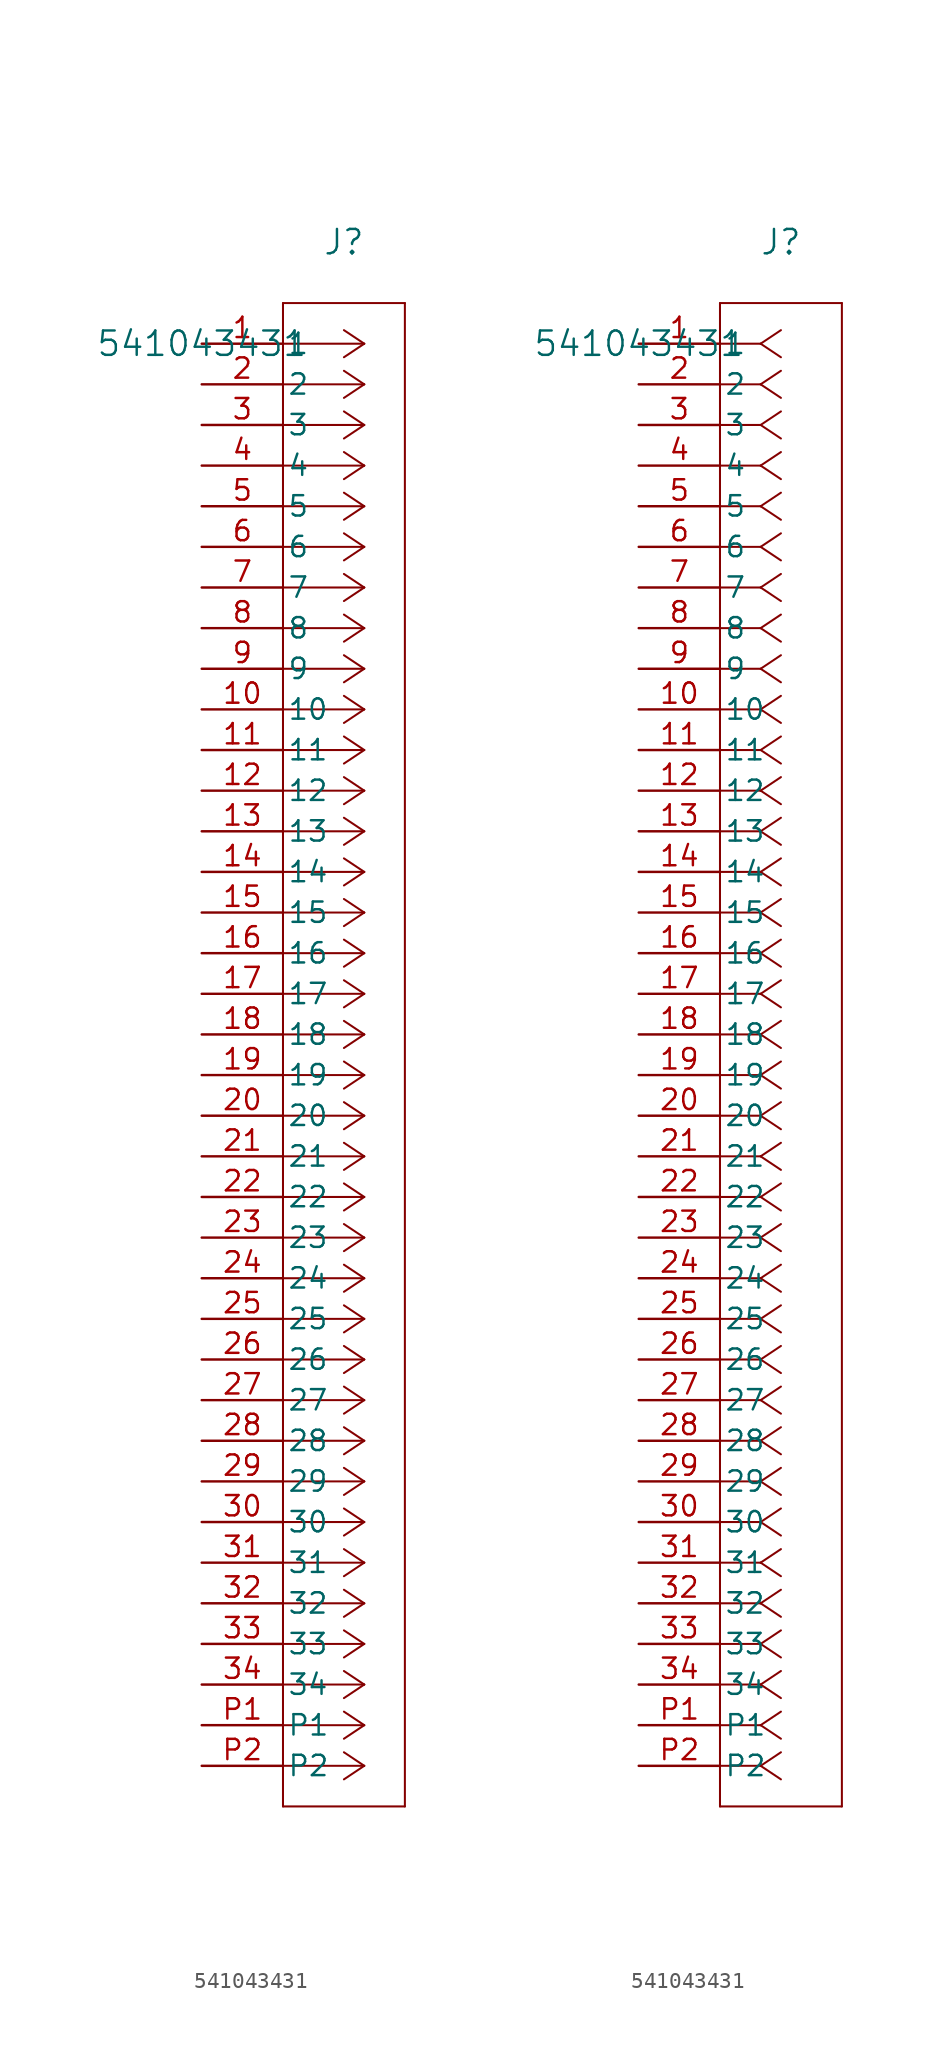
<source format=kicad_sym>
(kicad_symbol_lib
  (version 20211014)
  (generator kicad_symbol_editor)
  (symbol "541043431"
    (pin_names
      (offset 0.254))
    (property "Reference" "J"
      (at 8.89 6.35 0)
      (effects (font (size 1.524 1.524))))
    (property "Value" "541043431"
      (at 0 0 0)
      (effects (font (size 1.524 1.524))))
    (symbol "541043431_1_1"
      (polyline (pts (xy 10.16 0) (xy 5.08 0)) (stroke (width 0.127) (type default) (color 0 0 0 0)) (fill (type none)))
      (polyline (pts (xy 10.16 -2.54) (xy 5.08 -2.54)) (stroke (width 0.127) (type default) (color 0 0 0 0)) (fill (type none)))
      (polyline (pts (xy 10.16 -5.08) (xy 5.08 -5.08)) (stroke (width 0.127) (type default) (color 0 0 0 0)) (fill (type none)))
      (polyline (pts (xy 10.16 -7.62) (xy 5.08 -7.62)) (stroke (width 0.127) (type default) (color 0 0 0 0)) (fill (type none)))
      (polyline (pts (xy 10.16 -10.16) (xy 5.08 -10.16)) (stroke (width 0.127) (type default) (color 0 0 0 0)) (fill (type none)))
      (polyline (pts (xy 10.16 -12.7) (xy 5.08 -12.7)) (stroke (width 0.127) (type default) (color 0 0 0 0)) (fill (type none)))
      (polyline (pts (xy 10.16 -15.24) (xy 5.08 -15.24)) (stroke (width 0.127) (type default) (color 0 0 0 0)) (fill (type none)))
      (polyline (pts (xy 10.16 -17.78) (xy 5.08 -17.78)) (stroke (width 0.127) (type default) (color 0 0 0 0)) (fill (type none)))
      (polyline (pts (xy 10.16 -20.32) (xy 5.08 -20.32)) (stroke (width 0.127) (type default) (color 0 0 0 0)) (fill (type none)))
      (polyline (pts (xy 10.16 -22.86) (xy 5.08 -22.86)) (stroke (width 0.127) (type default) (color 0 0 0 0)) (fill (type none)))
      (polyline (pts (xy 10.16 -25.4) (xy 5.08 -25.4)) (stroke (width 0.127) (type default) (color 0 0 0 0)) (fill (type none)))
      (polyline (pts (xy 10.16 -27.94) (xy 5.08 -27.94)) (stroke (width 0.127) (type default) (color 0 0 0 0)) (fill (type none)))
      (polyline (pts (xy 10.16 -30.48) (xy 5.08 -30.48)) (stroke (width 0.127) (type default) (color 0 0 0 0)) (fill (type none)))
      (polyline (pts (xy 10.16 -33.02) (xy 5.08 -33.02)) (stroke (width 0.127) (type default) (color 0 0 0 0)) (fill (type none)))
      (polyline (pts (xy 10.16 -35.56) (xy 5.08 -35.56)) (stroke (width 0.127) (type default) (color 0 0 0 0)) (fill (type none)))
      (polyline (pts (xy 10.16 -38.1) (xy 5.08 -38.1)) (stroke (width 0.127) (type default) (color 0 0 0 0)) (fill (type none)))
      (polyline (pts (xy 10.16 -40.64) (xy 5.08 -40.64)) (stroke (width 0.127) (type default) (color 0 0 0 0)) (fill (type none)))
      (polyline (pts (xy 10.16 -43.18) (xy 5.08 -43.18)) (stroke (width 0.127) (type default) (color 0 0 0 0)) (fill (type none)))
      (polyline (pts (xy 10.16 -45.72) (xy 5.08 -45.72)) (stroke (width 0.127) (type default) (color 0 0 0 0)) (fill (type none)))
      (polyline (pts (xy 10.16 -48.26) (xy 5.08 -48.26)) (stroke (width 0.127) (type default) (color 0 0 0 0)) (fill (type none)))
      (polyline (pts (xy 10.16 -50.8) (xy 5.08 -50.8)) (stroke (width 0.127) (type default) (color 0 0 0 0)) (fill (type none)))
      (polyline (pts (xy 10.16 -53.34) (xy 5.08 -53.34)) (stroke (width 0.127) (type default) (color 0 0 0 0)) (fill (type none)))
      (polyline (pts (xy 10.16 -55.88) (xy 5.08 -55.88)) (stroke (width 0.127) (type default) (color 0 0 0 0)) (fill (type none)))
      (polyline (pts (xy 10.16 -58.42) (xy 5.08 -58.42)) (stroke (width 0.127) (type default) (color 0 0 0 0)) (fill (type none)))
      (polyline (pts (xy 10.16 -60.96) (xy 5.08 -60.96)) (stroke (width 0.127) (type default) (color 0 0 0 0)) (fill (type none)))
      (polyline (pts (xy 10.16 -63.5) (xy 5.08 -63.5)) (stroke (width 0.127) (type default) (color 0 0 0 0)) (fill (type none)))
      (polyline (pts (xy 10.16 -66.04) (xy 5.08 -66.04)) (stroke (width 0.127) (type default) (color 0 0 0 0)) (fill (type none)))
      (polyline (pts (xy 10.16 -68.58) (xy 5.08 -68.58)) (stroke (width 0.127) (type default) (color 0 0 0 0)) (fill (type none)))
      (polyline (pts (xy 10.16 -71.12) (xy 5.08 -71.12)) (stroke (width 0.127) (type default) (color 0 0 0 0)) (fill (type none)))
      (polyline (pts (xy 10.16 -73.66) (xy 5.08 -73.66)) (stroke (width 0.127) (type default) (color 0 0 0 0)) (fill (type none)))
      (polyline (pts (xy 10.16 -76.2) (xy 5.08 -76.2)) (stroke (width 0.127) (type default) (color 0 0 0 0)) (fill (type none)))
      (polyline (pts (xy 10.16 -78.74) (xy 5.08 -78.74)) (stroke (width 0.127) (type default) (color 0 0 0 0)) (fill (type none)))
      (polyline (pts (xy 10.16 -81.28) (xy 5.08 -81.28)) (stroke (width 0.127) (type default) (color 0 0 0 0)) (fill (type none)))
      (polyline (pts (xy 10.16 -83.82) (xy 5.08 -83.82)) (stroke (width 0.127) (type default) (color 0 0 0 0)) (fill (type none)))
      (polyline (pts (xy 10.16 -86.36) (xy 5.08 -86.36)) (stroke (width 0.127) (type default) (color 0 0 0 0)) (fill (type none)))
      (polyline (pts (xy 10.16 -88.9) (xy 5.08 -88.9)) (stroke (width 0.127) (type default) (color 0 0 0 0)) (fill (type none)))
      (polyline (pts (xy 10.16 0) (xy 8.89 0.847)) (stroke (width 0.127) (type default) (color 0 0 0 0)) (fill (type none)))
      (polyline (pts (xy 10.16 -2.54) (xy 8.89 -1.693)) (stroke (width 0.127) (type default) (color 0 0 0 0)) (fill (type none)))
      (polyline (pts (xy 10.16 -5.08) (xy 8.89 -4.233)) (stroke (width 0.127) (type default) (color 0 0 0 0)) (fill (type none)))
      (polyline (pts (xy 10.16 -7.62) (xy 8.89 -6.773)) (stroke (width 0.127) (type default) (color 0 0 0 0)) (fill (type none)))
      (polyline (pts (xy 10.16 -10.16) (xy 8.89 -9.313)) (stroke (width 0.127) (type default) (color 0 0 0 0)) (fill (type none)))
      (polyline (pts (xy 10.16 -12.7) (xy 8.89 -11.853)) (stroke (width 0.127) (type default) (color 0 0 0 0)) (fill (type none)))
      (polyline (pts (xy 10.16 -15.24) (xy 8.89 -14.393)) (stroke (width 0.127) (type default) (color 0 0 0 0)) (fill (type none)))
      (polyline (pts (xy 10.16 -17.78) (xy 8.89 -16.933)) (stroke (width 0.127) (type default) (color 0 0 0 0)) (fill (type none)))
      (polyline (pts (xy 10.16 -20.32) (xy 8.89 -19.473)) (stroke (width 0.127) (type default) (color 0 0 0 0)) (fill (type none)))
      (polyline (pts (xy 10.16 -22.86) (xy 8.89 -22.013)) (stroke (width 0.127) (type default) (color 0 0 0 0)) (fill (type none)))
      (polyline (pts (xy 10.16 -25.4) (xy 8.89 -24.553)) (stroke (width 0.127) (type default) (color 0 0 0 0)) (fill (type none)))
      (polyline (pts (xy 10.16 -27.94) (xy 8.89 -27.093)) (stroke (width 0.127) (type default) (color 0 0 0 0)) (fill (type none)))
      (polyline (pts (xy 10.16 -30.48) (xy 8.89 -29.633)) (stroke (width 0.127) (type default) (color 0 0 0 0)) (fill (type none)))
      (polyline (pts (xy 10.16 -33.02) (xy 8.89 -32.173)) (stroke (width 0.127) (type default) (color 0 0 0 0)) (fill (type none)))
      (polyline (pts (xy 10.16 -35.56) (xy 8.89 -34.713)) (stroke (width 0.127) (type default) (color 0 0 0 0)) (fill (type none)))
      (polyline (pts (xy 10.16 -38.1) (xy 8.89 -37.253)) (stroke (width 0.127) (type default) (color 0 0 0 0)) (fill (type none)))
      (polyline (pts (xy 10.16 -40.64) (xy 8.89 -39.793)) (stroke (width 0.127) (type default) (color 0 0 0 0)) (fill (type none)))
      (polyline (pts (xy 10.16 -43.18) (xy 8.89 -42.333)) (stroke (width 0.127) (type default) (color 0 0 0 0)) (fill (type none)))
      (polyline (pts (xy 10.16 -45.72) (xy 8.89 -44.873)) (stroke (width 0.127) (type default) (color 0 0 0 0)) (fill (type none)))
      (polyline (pts (xy 10.16 -48.26) (xy 8.89 -47.413)) (stroke (width 0.127) (type default) (color 0 0 0 0)) (fill (type none)))
      (polyline (pts (xy 10.16 -50.8) (xy 8.89 -49.953)) (stroke (width 0.127) (type default) (color 0 0 0 0)) (fill (type none)))
      (polyline (pts (xy 10.16 -53.34) (xy 8.89 -52.493)) (stroke (width 0.127) (type default) (color 0 0 0 0)) (fill (type none)))
      (polyline (pts (xy 10.16 -55.88) (xy 8.89 -55.033)) (stroke (width 0.127) (type default) (color 0 0 0 0)) (fill (type none)))
      (polyline (pts (xy 10.16 -58.42) (xy 8.89 -57.573)) (stroke (width 0.127) (type default) (color 0 0 0 0)) (fill (type none)))
      (polyline (pts (xy 10.16 -60.96) (xy 8.89 -60.113)) (stroke (width 0.127) (type default) (color 0 0 0 0)) (fill (type none)))
      (polyline (pts (xy 10.16 -63.5) (xy 8.89 -62.653)) (stroke (width 0.127) (type default) (color 0 0 0 0)) (fill (type none)))
      (polyline (pts (xy 10.16 -66.04) (xy 8.89 -65.193)) (stroke (width 0.127) (type default) (color 0 0 0 0)) (fill (type none)))
      (polyline (pts (xy 10.16 -68.58) (xy 8.89 -67.733)) (stroke (width 0.127) (type default) (color 0 0 0 0)) (fill (type none)))
      (polyline (pts (xy 10.16 -71.12) (xy 8.89 -70.273)) (stroke (width 0.127) (type default) (color 0 0 0 0)) (fill (type none)))
      (polyline (pts (xy 10.16 -73.66) (xy 8.89 -72.813)) (stroke (width 0.127) (type default) (color 0 0 0 0)) (fill (type none)))
      (polyline (pts (xy 10.16 -76.2) (xy 8.89 -75.353)) (stroke (width 0.127) (type default) (color 0 0 0 0)) (fill (type none)))
      (polyline (pts (xy 10.16 -78.74) (xy 8.89 -77.893)) (stroke (width 0.127) (type default) (color 0 0 0 0)) (fill (type none)))
      (polyline (pts (xy 10.16 -81.28) (xy 8.89 -80.433)) (stroke (width 0.127) (type default) (color 0 0 0 0)) (fill (type none)))
      (polyline (pts (xy 10.16 -83.82) (xy 8.89 -82.973)) (stroke (width 0.127) (type default) (color 0 0 0 0)) (fill (type none)))
      (polyline (pts (xy 10.16 -86.36) (xy 8.89 -85.513)) (stroke (width 0.127) (type default) (color 0 0 0 0)) (fill (type none)))
      (polyline (pts (xy 10.16 -88.9) (xy 8.89 -88.053)) (stroke (width 0.127) (type default) (color 0 0 0 0)) (fill (type none)))
      (polyline (pts (xy 10.16 0) (xy 8.89 -0.847)) (stroke (width 0.127) (type default) (color 0 0 0 0)) (fill (type none)))
      (polyline (pts (xy 10.16 -2.54) (xy 8.89 -3.387)) (stroke (width 0.127) (type default) (color 0 0 0 0)) (fill (type none)))
      (polyline (pts (xy 10.16 -5.08) (xy 8.89 -5.927)) (stroke (width 0.127) (type default) (color 0 0 0 0)) (fill (type none)))
      (polyline (pts (xy 10.16 -7.62) (xy 8.89 -8.467)) (stroke (width 0.127) (type default) (color 0 0 0 0)) (fill (type none)))
      (polyline (pts (xy 10.16 -10.16) (xy 8.89 -11.007)) (stroke (width 0.127) (type default) (color 0 0 0 0)) (fill (type none)))
      (polyline (pts (xy 10.16 -12.7) (xy 8.89 -13.547)) (stroke (width 0.127) (type default) (color 0 0 0 0)) (fill (type none)))
      (polyline (pts (xy 10.16 -15.24) (xy 8.89 -16.087)) (stroke (width 0.127) (type default) (color 0 0 0 0)) (fill (type none)))
      (polyline (pts (xy 10.16 -17.78) (xy 8.89 -18.627)) (stroke (width 0.127) (type default) (color 0 0 0 0)) (fill (type none)))
      (polyline (pts (xy 10.16 -20.32) (xy 8.89 -21.167)) (stroke (width 0.127) (type default) (color 0 0 0 0)) (fill (type none)))
      (polyline (pts (xy 10.16 -22.86) (xy 8.89 -23.707)) (stroke (width 0.127) (type default) (color 0 0 0 0)) (fill (type none)))
      (polyline (pts (xy 10.16 -25.4) (xy 8.89 -26.247)) (stroke (width 0.127) (type default) (color 0 0 0 0)) (fill (type none)))
      (polyline (pts (xy 10.16 -27.94) (xy 8.89 -28.787)) (stroke (width 0.127) (type default) (color 0 0 0 0)) (fill (type none)))
      (polyline (pts (xy 10.16 -30.48) (xy 8.89 -31.327)) (stroke (width 0.127) (type default) (color 0 0 0 0)) (fill (type none)))
      (polyline (pts (xy 10.16 -33.02) (xy 8.89 -33.867)) (stroke (width 0.127) (type default) (color 0 0 0 0)) (fill (type none)))
      (polyline (pts (xy 10.16 -35.56) (xy 8.89 -36.407)) (stroke (width 0.127) (type default) (color 0 0 0 0)) (fill (type none)))
      (polyline (pts (xy 10.16 -38.1) (xy 8.89 -38.947)) (stroke (width 0.127) (type default) (color 0 0 0 0)) (fill (type none)))
      (polyline (pts (xy 10.16 -40.64) (xy 8.89 -41.487)) (stroke (width 0.127) (type default) (color 0 0 0 0)) (fill (type none)))
      (polyline (pts (xy 10.16 -43.18) (xy 8.89 -44.027)) (stroke (width 0.127) (type default) (color 0 0 0 0)) (fill (type none)))
      (polyline (pts (xy 10.16 -45.72) (xy 8.89 -46.567)) (stroke (width 0.127) (type default) (color 0 0 0 0)) (fill (type none)))
      (polyline (pts (xy 10.16 -48.26) (xy 8.89 -49.107)) (stroke (width 0.127) (type default) (color 0 0 0 0)) (fill (type none)))
      (polyline (pts (xy 10.16 -50.8) (xy 8.89 -51.647)) (stroke (width 0.127) (type default) (color 0 0 0 0)) (fill (type none)))
      (polyline (pts (xy 10.16 -53.34) (xy 8.89 -54.187)) (stroke (width 0.127) (type default) (color 0 0 0 0)) (fill (type none)))
      (polyline (pts (xy 10.16 -55.88) (xy 8.89 -56.727)) (stroke (width 0.127) (type default) (color 0 0 0 0)) (fill (type none)))
      (polyline (pts (xy 10.16 -58.42) (xy 8.89 -59.267)) (stroke (width 0.127) (type default) (color 0 0 0 0)) (fill (type none)))
      (polyline (pts (xy 10.16 -60.96) (xy 8.89 -61.807)) (stroke (width 0.127) (type default) (color 0 0 0 0)) (fill (type none)))
      (polyline (pts (xy 10.16 -63.5) (xy 8.89 -64.347)) (stroke (width 0.127) (type default) (color 0 0 0 0)) (fill (type none)))
      (polyline (pts (xy 10.16 -66.04) (xy 8.89 -66.887)) (stroke (width 0.127) (type default) (color 0 0 0 0)) (fill (type none)))
      (polyline (pts (xy 10.16 -68.58) (xy 8.89 -69.427)) (stroke (width 0.127) (type default) (color 0 0 0 0)) (fill (type none)))
      (polyline (pts (xy 10.16 -71.12) (xy 8.89 -71.967)) (stroke (width 0.127) (type default) (color 0 0 0 0)) (fill (type none)))
      (polyline (pts (xy 10.16 -73.66) (xy 8.89 -74.507)) (stroke (width 0.127) (type default) (color 0 0 0 0)) (fill (type none)))
      (polyline (pts (xy 10.16 -76.2) (xy 8.89 -77.047)) (stroke (width 0.127) (type default) (color 0 0 0 0)) (fill (type none)))
      (polyline (pts (xy 10.16 -78.74) (xy 8.89 -79.587)) (stroke (width 0.127) (type default) (color 0 0 0 0)) (fill (type none)))
      (polyline (pts (xy 10.16 -81.28) (xy 8.89 -82.127)) (stroke (width 0.127) (type default) (color 0 0 0 0)) (fill (type none)))
      (polyline (pts (xy 10.16 -83.82) (xy 8.89 -84.667)) (stroke (width 0.127) (type default) (color 0 0 0 0)) (fill (type none)))
      (polyline (pts (xy 10.16 -86.36) (xy 8.89 -87.207)) (stroke (width 0.127) (type default) (color 0 0 0 0)) (fill (type none)))
      (polyline (pts (xy 10.16 -88.9) (xy 8.89 -89.747)) (stroke (width 0.127) (type default) (color 0 0 0 0)) (fill (type none)))
      (polyline (pts (xy 5.08 2.54) (xy 5.08 -91.44)) (stroke (width 0.127) (type default) (color 0 0 0 0)) (fill (type none)))
      (polyline (pts (xy 5.08 -91.44) (xy 12.7 -91.44)) (stroke (width 0.127) (type default) (color 0 0 0 0)) (fill (type none)))
      (polyline (pts (xy 12.7 -91.44) (xy 12.7 2.54)) (stroke (width 0.127) (type default) (color 0 0 0 0)) (fill (type none)))
      (polyline (pts (xy 12.7 2.54) (xy 5.08 2.54)) (stroke (width 0.127) (type default) (color 0 0 0 0)) (fill (type none)))
      (pin unspecified line (at 0 0 0) (length 5.08) (name "1" (effects (font (size 1.27 1.27)))) (number "1" (effects (font (size 1.27 1.27)))))
      (pin unspecified line (at 0 -2.54 0) (length 5.08) (name "2" (effects (font (size 1.27 1.27)))) (number "2" (effects (font (size 1.27 1.27)))))
      (pin unspecified line (at 0 -5.08 0) (length 5.08) (name "3" (effects (font (size 1.27 1.27)))) (number "3" (effects (font (size 1.27 1.27)))))
      (pin unspecified line (at 0 -7.62 0) (length 5.08) (name "4" (effects (font (size 1.27 1.27)))) (number "4" (effects (font (size 1.27 1.27)))))
      (pin unspecified line (at 0 -10.16 0) (length 5.08) (name "5" (effects (font (size 1.27 1.27)))) (number "5" (effects (font (size 1.27 1.27)))))
      (pin unspecified line (at 0 -12.7 0) (length 5.08) (name "6" (effects (font (size 1.27 1.27)))) (number "6" (effects (font (size 1.27 1.27)))))
      (pin unspecified line (at 0 -15.24 0) (length 5.08) (name "7" (effects (font (size 1.27 1.27)))) (number "7" (effects (font (size 1.27 1.27)))))
      (pin unspecified line (at 0 -17.78 0) (length 5.08) (name "8" (effects (font (size 1.27 1.27)))) (number "8" (effects (font (size 1.27 1.27)))))
      (pin unspecified line (at 0 -20.32 0) (length 5.08) (name "9" (effects (font (size 1.27 1.27)))) (number "9" (effects (font (size 1.27 1.27)))))
      (pin unspecified line (at 0 -22.86 0) (length 5.08) (name "10" (effects (font (size 1.27 1.27)))) (number "10" (effects (font (size 1.27 1.27)))))
      (pin unspecified line (at 0 -25.4 0) (length 5.08) (name "11" (effects (font (size 1.27 1.27)))) (number "11" (effects (font (size 1.27 1.27)))))
      (pin unspecified line (at 0 -27.94 0) (length 5.08) (name "12" (effects (font (size 1.27 1.27)))) (number "12" (effects (font (size 1.27 1.27)))))
      (pin unspecified line (at 0 -30.48 0) (length 5.08) (name "13" (effects (font (size 1.27 1.27)))) (number "13" (effects (font (size 1.27 1.27)))))
      (pin unspecified line (at 0 -33.02 0) (length 5.08) (name "14" (effects (font (size 1.27 1.27)))) (number "14" (effects (font (size 1.27 1.27)))))
      (pin unspecified line (at 0 -35.56 0) (length 5.08) (name "15" (effects (font (size 1.27 1.27)))) (number "15" (effects (font (size 1.27 1.27)))))
      (pin unspecified line (at 0 -38.1 0) (length 5.08) (name "16" (effects (font (size 1.27 1.27)))) (number "16" (effects (font (size 1.27 1.27)))))
      (pin unspecified line (at 0 -40.64 0) (length 5.08) (name "17" (effects (font (size 1.27 1.27)))) (number "17" (effects (font (size 1.27 1.27)))))
      (pin unspecified line (at 0 -43.18 0) (length 5.08) (name "18" (effects (font (size 1.27 1.27)))) (number "18" (effects (font (size 1.27 1.27)))))
      (pin unspecified line (at 0 -45.72 0) (length 5.08) (name "19" (effects (font (size 1.27 1.27)))) (number "19" (effects (font (size 1.27 1.27)))))
      (pin unspecified line (at 0 -48.26 0) (length 5.08) (name "20" (effects (font (size 1.27 1.27)))) (number "20" (effects (font (size 1.27 1.27)))))
      (pin unspecified line (at 0 -50.8 0) (length 5.08) (name "21" (effects (font (size 1.27 1.27)))) (number "21" (effects (font (size 1.27 1.27)))))
      (pin unspecified line (at 0 -53.34 0) (length 5.08) (name "22" (effects (font (size 1.27 1.27)))) (number "22" (effects (font (size 1.27 1.27)))))
      (pin unspecified line (at 0 -55.88 0) (length 5.08) (name "23" (effects (font (size 1.27 1.27)))) (number "23" (effects (font (size 1.27 1.27)))))
      (pin unspecified line (at 0 -58.42 0) (length 5.08) (name "24" (effects (font (size 1.27 1.27)))) (number "24" (effects (font (size 1.27 1.27)))))
      (pin unspecified line (at 0 -60.96 0) (length 5.08) (name "25" (effects (font (size 1.27 1.27)))) (number "25" (effects (font (size 1.27 1.27)))))
      (pin unspecified line (at 0 -63.5 0) (length 5.08) (name "26" (effects (font (size 1.27 1.27)))) (number "26" (effects (font (size 1.27 1.27)))))
      (pin unspecified line (at 0 -66.04 0) (length 5.08) (name "27" (effects (font (size 1.27 1.27)))) (number "27" (effects (font (size 1.27 1.27)))))
      (pin unspecified line (at 0 -68.58 0) (length 5.08) (name "28" (effects (font (size 1.27 1.27)))) (number "28" (effects (font (size 1.27 1.27)))))
      (pin unspecified line (at 0 -71.12 0) (length 5.08) (name "29" (effects (font (size 1.27 1.27)))) (number "29" (effects (font (size 1.27 1.27)))))
      (pin unspecified line (at 0 -73.66 0) (length 5.08) (name "30" (effects (font (size 1.27 1.27)))) (number "30" (effects (font (size 1.27 1.27)))))
      (pin unspecified line (at 0 -76.2 0) (length 5.08) (name "31" (effects (font (size 1.27 1.27)))) (number "31" (effects (font (size 1.27 1.27)))))
      (pin unspecified line (at 0 -78.74 0) (length 5.08) (name "32" (effects (font (size 1.27 1.27)))) (number "32" (effects (font (size 1.27 1.27)))))
      (pin unspecified line (at 0 -81.28 0) (length 5.08) (name "33" (effects (font (size 1.27 1.27)))) (number "33" (effects (font (size 1.27 1.27)))))
      (pin unspecified line (at 0 -83.82 0) (length 5.08) (name "34" (effects (font (size 1.27 1.27)))) (number "34" (effects (font (size 1.27 1.27)))))
      (pin unspecified line (at 0 -86.36 0) (length 5.08) (name "P1" (effects (font (size 1.27 1.27)))) (number "P1" (effects (font (size 1.27 1.27)))))
      (pin unspecified line (at 0 -88.9 0) (length 5.08) (name "P2" (effects (font (size 1.27 1.27)))) (number "P2" (effects (font (size 1.27 1.27))))))
    (symbol "541043431_1_2"
      (polyline (pts (xy 7.62 0) (xy 5.08 0)) (stroke (width 0.127) (type default) (color 0 0 0 0)) (fill (type none)))
      (polyline (pts (xy 7.62 -2.54) (xy 5.08 -2.54)) (stroke (width 0.127) (type default) (color 0 0 0 0)) (fill (type none)))
      (polyline (pts (xy 7.62 -5.08) (xy 5.08 -5.08)) (stroke (width 0.127) (type default) (color 0 0 0 0)) (fill (type none)))
      (polyline (pts (xy 7.62 -7.62) (xy 5.08 -7.62)) (stroke (width 0.127) (type default) (color 0 0 0 0)) (fill (type none)))
      (polyline (pts (xy 7.62 -10.16) (xy 5.08 -10.16)) (stroke (width 0.127) (type default) (color 0 0 0 0)) (fill (type none)))
      (polyline (pts (xy 7.62 -12.7) (xy 5.08 -12.7)) (stroke (width 0.127) (type default) (color 0 0 0 0)) (fill (type none)))
      (polyline (pts (xy 7.62 -15.24) (xy 5.08 -15.24)) (stroke (width 0.127) (type default) (color 0 0 0 0)) (fill (type none)))
      (polyline (pts (xy 7.62 -17.78) (xy 5.08 -17.78)) (stroke (width 0.127) (type default) (color 0 0 0 0)) (fill (type none)))
      (polyline (pts (xy 7.62 -20.32) (xy 5.08 -20.32)) (stroke (width 0.127) (type default) (color 0 0 0 0)) (fill (type none)))
      (polyline (pts (xy 7.62 -22.86) (xy 5.08 -22.86)) (stroke (width 0.127) (type default) (color 0 0 0 0)) (fill (type none)))
      (polyline (pts (xy 7.62 -25.4) (xy 5.08 -25.4)) (stroke (width 0.127) (type default) (color 0 0 0 0)) (fill (type none)))
      (polyline (pts (xy 7.62 -27.94) (xy 5.08 -27.94)) (stroke (width 0.127) (type default) (color 0 0 0 0)) (fill (type none)))
      (polyline (pts (xy 7.62 -30.48) (xy 5.08 -30.48)) (stroke (width 0.127) (type default) (color 0 0 0 0)) (fill (type none)))
      (polyline (pts (xy 7.62 -33.02) (xy 5.08 -33.02)) (stroke (width 0.127) (type default) (color 0 0 0 0)) (fill (type none)))
      (polyline (pts (xy 7.62 -35.56) (xy 5.08 -35.56)) (stroke (width 0.127) (type default) (color 0 0 0 0)) (fill (type none)))
      (polyline (pts (xy 7.62 -38.1) (xy 5.08 -38.1)) (stroke (width 0.127) (type default) (color 0 0 0 0)) (fill (type none)))
      (polyline (pts (xy 7.62 -40.64) (xy 5.08 -40.64)) (stroke (width 0.127) (type default) (color 0 0 0 0)) (fill (type none)))
      (polyline (pts (xy 7.62 -43.18) (xy 5.08 -43.18)) (stroke (width 0.127) (type default) (color 0 0 0 0)) (fill (type none)))
      (polyline (pts (xy 7.62 -45.72) (xy 5.08 -45.72)) (stroke (width 0.127) (type default) (color 0 0 0 0)) (fill (type none)))
      (polyline (pts (xy 7.62 -48.26) (xy 5.08 -48.26)) (stroke (width 0.127) (type default) (color 0 0 0 0)) (fill (type none)))
      (polyline (pts (xy 7.62 -50.8) (xy 5.08 -50.8)) (stroke (width 0.127) (type default) (color 0 0 0 0)) (fill (type none)))
      (polyline (pts (xy 7.62 -53.34) (xy 5.08 -53.34)) (stroke (width 0.127) (type default) (color 0 0 0 0)) (fill (type none)))
      (polyline (pts (xy 7.62 -55.88) (xy 5.08 -55.88)) (stroke (width 0.127) (type default) (color 0 0 0 0)) (fill (type none)))
      (polyline (pts (xy 7.62 -58.42) (xy 5.08 -58.42)) (stroke (width 0.127) (type default) (color 0 0 0 0)) (fill (type none)))
      (polyline (pts (xy 7.62 -60.96) (xy 5.08 -60.96)) (stroke (width 0.127) (type default) (color 0 0 0 0)) (fill (type none)))
      (polyline (pts (xy 7.62 -63.5) (xy 5.08 -63.5)) (stroke (width 0.127) (type default) (color 0 0 0 0)) (fill (type none)))
      (polyline (pts (xy 7.62 -66.04) (xy 5.08 -66.04)) (stroke (width 0.127) (type default) (color 0 0 0 0)) (fill (type none)))
      (polyline (pts (xy 7.62 -68.58) (xy 5.08 -68.58)) (stroke (width 0.127) (type default) (color 0 0 0 0)) (fill (type none)))
      (polyline (pts (xy 7.62 -71.12) (xy 5.08 -71.12)) (stroke (width 0.127) (type default) (color 0 0 0 0)) (fill (type none)))
      (polyline (pts (xy 7.62 -73.66) (xy 5.08 -73.66)) (stroke (width 0.127) (type default) (color 0 0 0 0)) (fill (type none)))
      (polyline (pts (xy 7.62 -76.2) (xy 5.08 -76.2)) (stroke (width 0.127) (type default) (color 0 0 0 0)) (fill (type none)))
      (polyline (pts (xy 7.62 -78.74) (xy 5.08 -78.74)) (stroke (width 0.127) (type default) (color 0 0 0 0)) (fill (type none)))
      (polyline (pts (xy 7.62 -81.28) (xy 5.08 -81.28)) (stroke (width 0.127) (type default) (color 0 0 0 0)) (fill (type none)))
      (polyline (pts (xy 7.62 -83.82) (xy 5.08 -83.82)) (stroke (width 0.127) (type default) (color 0 0 0 0)) (fill (type none)))
      (polyline (pts (xy 7.62 -86.36) (xy 5.08 -86.36)) (stroke (width 0.127) (type default) (color 0 0 0 0)) (fill (type none)))
      (polyline (pts (xy 7.62 -88.9) (xy 5.08 -88.9)) (stroke (width 0.127) (type default) (color 0 0 0 0)) (fill (type none)))
      (polyline (pts (xy 7.62 0) (xy 8.89 0.847)) (stroke (width 0.127) (type default) (color 0 0 0 0)) (fill (type none)))
      (polyline (pts (xy 7.62 -2.54) (xy 8.89 -1.693)) (stroke (width 0.127) (type default) (color 0 0 0 0)) (fill (type none)))
      (polyline (pts (xy 7.62 -5.08) (xy 8.89 -4.233)) (stroke (width 0.127) (type default) (color 0 0 0 0)) (fill (type none)))
      (polyline (pts (xy 7.62 -7.62) (xy 8.89 -6.773)) (stroke (width 0.127) (type default) (color 0 0 0 0)) (fill (type none)))
      (polyline (pts (xy 7.62 -10.16) (xy 8.89 -9.313)) (stroke (width 0.127) (type default) (color 0 0 0 0)) (fill (type none)))
      (polyline (pts (xy 7.62 -12.7) (xy 8.89 -11.853)) (stroke (width 0.127) (type default) (color 0 0 0 0)) (fill (type none)))
      (polyline (pts (xy 7.62 -15.24) (xy 8.89 -14.393)) (stroke (width 0.127) (type default) (color 0 0 0 0)) (fill (type none)))
      (polyline (pts (xy 7.62 -17.78) (xy 8.89 -16.933)) (stroke (width 0.127) (type default) (color 0 0 0 0)) (fill (type none)))
      (polyline (pts (xy 7.62 -20.32) (xy 8.89 -19.473)) (stroke (width 0.127) (type default) (color 0 0 0 0)) (fill (type none)))
      (polyline (pts (xy 7.62 -22.86) (xy 8.89 -22.013)) (stroke (width 0.127) (type default) (color 0 0 0 0)) (fill (type none)))
      (polyline (pts (xy 7.62 -25.4) (xy 8.89 -24.553)) (stroke (width 0.127) (type default) (color 0 0 0 0)) (fill (type none)))
      (polyline (pts (xy 7.62 -27.94) (xy 8.89 -27.093)) (stroke (width 0.127) (type default) (color 0 0 0 0)) (fill (type none)))
      (polyline (pts (xy 7.62 -30.48) (xy 8.89 -29.633)) (stroke (width 0.127) (type default) (color 0 0 0 0)) (fill (type none)))
      (polyline (pts (xy 7.62 -33.02) (xy 8.89 -32.173)) (stroke (width 0.127) (type default) (color 0 0 0 0)) (fill (type none)))
      (polyline (pts (xy 7.62 -35.56) (xy 8.89 -34.713)) (stroke (width 0.127) (type default) (color 0 0 0 0)) (fill (type none)))
      (polyline (pts (xy 7.62 -38.1) (xy 8.89 -37.253)) (stroke (width 0.127) (type default) (color 0 0 0 0)) (fill (type none)))
      (polyline (pts (xy 7.62 -40.64) (xy 8.89 -39.793)) (stroke (width 0.127) (type default) (color 0 0 0 0)) (fill (type none)))
      (polyline (pts (xy 7.62 -43.18) (xy 8.89 -42.333)) (stroke (width 0.127) (type default) (color 0 0 0 0)) (fill (type none)))
      (polyline (pts (xy 7.62 -45.72) (xy 8.89 -44.873)) (stroke (width 0.127) (type default) (color 0 0 0 0)) (fill (type none)))
      (polyline (pts (xy 7.62 -48.26) (xy 8.89 -47.413)) (stroke (width 0.127) (type default) (color 0 0 0 0)) (fill (type none)))
      (polyline (pts (xy 7.62 -50.8) (xy 8.89 -49.953)) (stroke (width 0.127) (type default) (color 0 0 0 0)) (fill (type none)))
      (polyline (pts (xy 7.62 -53.34) (xy 8.89 -52.493)) (stroke (width 0.127) (type default) (color 0 0 0 0)) (fill (type none)))
      (polyline (pts (xy 7.62 -55.88) (xy 8.89 -55.033)) (stroke (width 0.127) (type default) (color 0 0 0 0)) (fill (type none)))
      (polyline (pts (xy 7.62 -58.42) (xy 8.89 -57.573)) (stroke (width 0.127) (type default) (color 0 0 0 0)) (fill (type none)))
      (polyline (pts (xy 7.62 -60.96) (xy 8.89 -60.113)) (stroke (width 0.127) (type default) (color 0 0 0 0)) (fill (type none)))
      (polyline (pts (xy 7.62 -63.5) (xy 8.89 -62.653)) (stroke (width 0.127) (type default) (color 0 0 0 0)) (fill (type none)))
      (polyline (pts (xy 7.62 -66.04) (xy 8.89 -65.193)) (stroke (width 0.127) (type default) (color 0 0 0 0)) (fill (type none)))
      (polyline (pts (xy 7.62 -68.58) (xy 8.89 -67.733)) (stroke (width 0.127) (type default) (color 0 0 0 0)) (fill (type none)))
      (polyline (pts (xy 7.62 -71.12) (xy 8.89 -70.273)) (stroke (width 0.127) (type default) (color 0 0 0 0)) (fill (type none)))
      (polyline (pts (xy 7.62 -73.66) (xy 8.89 -72.813)) (stroke (width 0.127) (type default) (color 0 0 0 0)) (fill (type none)))
      (polyline (pts (xy 7.62 -76.2) (xy 8.89 -75.353)) (stroke (width 0.127) (type default) (color 0 0 0 0)) (fill (type none)))
      (polyline (pts (xy 7.62 -78.74) (xy 8.89 -77.893)) (stroke (width 0.127) (type default) (color 0 0 0 0)) (fill (type none)))
      (polyline (pts (xy 7.62 -81.28) (xy 8.89 -80.433)) (stroke (width 0.127) (type default) (color 0 0 0 0)) (fill (type none)))
      (polyline (pts (xy 7.62 -83.82) (xy 8.89 -82.973)) (stroke (width 0.127) (type default) (color 0 0 0 0)) (fill (type none)))
      (polyline (pts (xy 7.62 -86.36) (xy 8.89 -85.513)) (stroke (width 0.127) (type default) (color 0 0 0 0)) (fill (type none)))
      (polyline (pts (xy 7.62 -88.9) (xy 8.89 -88.053)) (stroke (width 0.127) (type default) (color 0 0 0 0)) (fill (type none)))
      (polyline (pts (xy 7.62 0) (xy 8.89 -0.847)) (stroke (width 0.127) (type default) (color 0 0 0 0)) (fill (type none)))
      (polyline (pts (xy 7.62 -2.54) (xy 8.89 -3.387)) (stroke (width 0.127) (type default) (color 0 0 0 0)) (fill (type none)))
      (polyline (pts (xy 7.62 -5.08) (xy 8.89 -5.927)) (stroke (width 0.127) (type default) (color 0 0 0 0)) (fill (type none)))
      (polyline (pts (xy 7.62 -7.62) (xy 8.89 -8.467)) (stroke (width 0.127) (type default) (color 0 0 0 0)) (fill (type none)))
      (polyline (pts (xy 7.62 -10.16) (xy 8.89 -11.007)) (stroke (width 0.127) (type default) (color 0 0 0 0)) (fill (type none)))
      (polyline (pts (xy 7.62 -12.7) (xy 8.89 -13.547)) (stroke (width 0.127) (type default) (color 0 0 0 0)) (fill (type none)))
      (polyline (pts (xy 7.62 -15.24) (xy 8.89 -16.087)) (stroke (width 0.127) (type default) (color 0 0 0 0)) (fill (type none)))
      (polyline (pts (xy 7.62 -17.78) (xy 8.89 -18.627)) (stroke (width 0.127) (type default) (color 0 0 0 0)) (fill (type none)))
      (polyline (pts (xy 7.62 -20.32) (xy 8.89 -21.167)) (stroke (width 0.127) (type default) (color 0 0 0 0)) (fill (type none)))
      (polyline (pts (xy 7.62 -22.86) (xy 8.89 -23.707)) (stroke (width 0.127) (type default) (color 0 0 0 0)) (fill (type none)))
      (polyline (pts (xy 7.62 -25.4) (xy 8.89 -26.247)) (stroke (width 0.127) (type default) (color 0 0 0 0)) (fill (type none)))
      (polyline (pts (xy 7.62 -27.94) (xy 8.89 -28.787)) (stroke (width 0.127) (type default) (color 0 0 0 0)) (fill (type none)))
      (polyline (pts (xy 7.62 -30.48) (xy 8.89 -31.327)) (stroke (width 0.127) (type default) (color 0 0 0 0)) (fill (type none)))
      (polyline (pts (xy 7.62 -33.02) (xy 8.89 -33.867)) (stroke (width 0.127) (type default) (color 0 0 0 0)) (fill (type none)))
      (polyline (pts (xy 7.62 -35.56) (xy 8.89 -36.407)) (stroke (width 0.127) (type default) (color 0 0 0 0)) (fill (type none)))
      (polyline (pts (xy 7.62 -38.1) (xy 8.89 -38.947)) (stroke (width 0.127) (type default) (color 0 0 0 0)) (fill (type none)))
      (polyline (pts (xy 7.62 -40.64) (xy 8.89 -41.487)) (stroke (width 0.127) (type default) (color 0 0 0 0)) (fill (type none)))
      (polyline (pts (xy 7.62 -43.18) (xy 8.89 -44.027)) (stroke (width 0.127) (type default) (color 0 0 0 0)) (fill (type none)))
      (polyline (pts (xy 7.62 -45.72) (xy 8.89 -46.567)) (stroke (width 0.127) (type default) (color 0 0 0 0)) (fill (type none)))
      (polyline (pts (xy 7.62 -48.26) (xy 8.89 -49.107)) (stroke (width 0.127) (type default) (color 0 0 0 0)) (fill (type none)))
      (polyline (pts (xy 7.62 -50.8) (xy 8.89 -51.647)) (stroke (width 0.127) (type default) (color 0 0 0 0)) (fill (type none)))
      (polyline (pts (xy 7.62 -53.34) (xy 8.89 -54.187)) (stroke (width 0.127) (type default) (color 0 0 0 0)) (fill (type none)))
      (polyline (pts (xy 7.62 -55.88) (xy 8.89 -56.727)) (stroke (width 0.127) (type default) (color 0 0 0 0)) (fill (type none)))
      (polyline (pts (xy 7.62 -58.42) (xy 8.89 -59.267)) (stroke (width 0.127) (type default) (color 0 0 0 0)) (fill (type none)))
      (polyline (pts (xy 7.62 -60.96) (xy 8.89 -61.807)) (stroke (width 0.127) (type default) (color 0 0 0 0)) (fill (type none)))
      (polyline (pts (xy 7.62 -63.5) (xy 8.89 -64.347)) (stroke (width 0.127) (type default) (color 0 0 0 0)) (fill (type none)))
      (polyline (pts (xy 7.62 -66.04) (xy 8.89 -66.887)) (stroke (width 0.127) (type default) (color 0 0 0 0)) (fill (type none)))
      (polyline (pts (xy 7.62 -68.58) (xy 8.89 -69.427)) (stroke (width 0.127) (type default) (color 0 0 0 0)) (fill (type none)))
      (polyline (pts (xy 7.62 -71.12) (xy 8.89 -71.967)) (stroke (width 0.127) (type default) (color 0 0 0 0)) (fill (type none)))
      (polyline (pts (xy 7.62 -73.66) (xy 8.89 -74.507)) (stroke (width 0.127) (type default) (color 0 0 0 0)) (fill (type none)))
      (polyline (pts (xy 7.62 -76.2) (xy 8.89 -77.047)) (stroke (width 0.127) (type default) (color 0 0 0 0)) (fill (type none)))
      (polyline (pts (xy 7.62 -78.74) (xy 8.89 -79.587)) (stroke (width 0.127) (type default) (color 0 0 0 0)) (fill (type none)))
      (polyline (pts (xy 7.62 -81.28) (xy 8.89 -82.127)) (stroke (width 0.127) (type default) (color 0 0 0 0)) (fill (type none)))
      (polyline (pts (xy 7.62 -83.82) (xy 8.89 -84.667)) (stroke (width 0.127) (type default) (color 0 0 0 0)) (fill (type none)))
      (polyline (pts (xy 7.62 -86.36) (xy 8.89 -87.207)) (stroke (width 0.127) (type default) (color 0 0 0 0)) (fill (type none)))
      (polyline (pts (xy 7.62 -88.9) (xy 8.89 -89.747)) (stroke (width 0.127) (type default) (color 0 0 0 0)) (fill (type none)))
      (polyline (pts (xy 5.08 2.54) (xy 5.08 -91.44)) (stroke (width 0.127) (type default) (color 0 0 0 0)) (fill (type none)))
      (polyline (pts (xy 5.08 -91.44) (xy 12.7 -91.44)) (stroke (width 0.127) (type default) (color 0 0 0 0)) (fill (type none)))
      (polyline (pts (xy 12.7 -91.44) (xy 12.7 2.54)) (stroke (width 0.127) (type default) (color 0 0 0 0)) (fill (type none)))
      (polyline (pts (xy 12.7 2.54) (xy 5.08 2.54)) (stroke (width 0.127) (type default) (color 0 0 0 0)) (fill (type none)))
      (pin unspecified line (at 0 0 0) (length 5.08) (name "1" (effects (font (size 1.27 1.27)))) (number "1" (effects (font (size 1.27 1.27)))))
      (pin unspecified line (at 0 -2.54 0) (length 5.08) (name "2" (effects (font (size 1.27 1.27)))) (number "2" (effects (font (size 1.27 1.27)))))
      (pin unspecified line (at 0 -5.08 0) (length 5.08) (name "3" (effects (font (size 1.27 1.27)))) (number "3" (effects (font (size 1.27 1.27)))))
      (pin unspecified line (at 0 -7.62 0) (length 5.08) (name "4" (effects (font (size 1.27 1.27)))) (number "4" (effects (font (size 1.27 1.27)))))
      (pin unspecified line (at 0 -10.16 0) (length 5.08) (name "5" (effects (font (size 1.27 1.27)))) (number "5" (effects (font (size 1.27 1.27)))))
      (pin unspecified line (at 0 -12.7 0) (length 5.08) (name "6" (effects (font (size 1.27 1.27)))) (number "6" (effects (font (size 1.27 1.27)))))
      (pin unspecified line (at 0 -15.24 0) (length 5.08) (name "7" (effects (font (size 1.27 1.27)))) (number "7" (effects (font (size 1.27 1.27)))))
      (pin unspecified line (at 0 -17.78 0) (length 5.08) (name "8" (effects (font (size 1.27 1.27)))) (number "8" (effects (font (size 1.27 1.27)))))
      (pin unspecified line (at 0 -20.32 0) (length 5.08) (name "9" (effects (font (size 1.27 1.27)))) (number "9" (effects (font (size 1.27 1.27)))))
      (pin unspecified line (at 0 -22.86 0) (length 5.08) (name "10" (effects (font (size 1.27 1.27)))) (number "10" (effects (font (size 1.27 1.27)))))
      (pin unspecified line (at 0 -25.4 0) (length 5.08) (name "11" (effects (font (size 1.27 1.27)))) (number "11" (effects (font (size 1.27 1.27)))))
      (pin unspecified line (at 0 -27.94 0) (length 5.08) (name "12" (effects (font (size 1.27 1.27)))) (number "12" (effects (font (size 1.27 1.27)))))
      (pin unspecified line (at 0 -30.48 0) (length 5.08) (name "13" (effects (font (size 1.27 1.27)))) (number "13" (effects (font (size 1.27 1.27)))))
      (pin unspecified line (at 0 -33.02 0) (length 5.08) (name "14" (effects (font (size 1.27 1.27)))) (number "14" (effects (font (size 1.27 1.27)))))
      (pin unspecified line (at 0 -35.56 0) (length 5.08) (name "15" (effects (font (size 1.27 1.27)))) (number "15" (effects (font (size 1.27 1.27)))))
      (pin unspecified line (at 0 -38.1 0) (length 5.08) (name "16" (effects (font (size 1.27 1.27)))) (number "16" (effects (font (size 1.27 1.27)))))
      (pin unspecified line (at 0 -40.64 0) (length 5.08) (name "17" (effects (font (size 1.27 1.27)))) (number "17" (effects (font (size 1.27 1.27)))))
      (pin unspecified line (at 0 -43.18 0) (length 5.08) (name "18" (effects (font (size 1.27 1.27)))) (number "18" (effects (font (size 1.27 1.27)))))
      (pin unspecified line (at 0 -45.72 0) (length 5.08) (name "19" (effects (font (size 1.27 1.27)))) (number "19" (effects (font (size 1.27 1.27)))))
      (pin unspecified line (at 0 -48.26 0) (length 5.08) (name "20" (effects (font (size 1.27 1.27)))) (number "20" (effects (font (size 1.27 1.27)))))
      (pin unspecified line (at 0 -50.8 0) (length 5.08) (name "21" (effects (font (size 1.27 1.27)))) (number "21" (effects (font (size 1.27 1.27)))))
      (pin unspecified line (at 0 -53.34 0) (length 5.08) (name "22" (effects (font (size 1.27 1.27)))) (number "22" (effects (font (size 1.27 1.27)))))
      (pin unspecified line (at 0 -55.88 0) (length 5.08) (name "23" (effects (font (size 1.27 1.27)))) (number "23" (effects (font (size 1.27 1.27)))))
      (pin unspecified line (at 0 -58.42 0) (length 5.08) (name "24" (effects (font (size 1.27 1.27)))) (number "24" (effects (font (size 1.27 1.27)))))
      (pin unspecified line (at 0 -60.96 0) (length 5.08) (name "25" (effects (font (size 1.27 1.27)))) (number "25" (effects (font (size 1.27 1.27)))))
      (pin unspecified line (at 0 -63.5 0) (length 5.08) (name "26" (effects (font (size 1.27 1.27)))) (number "26" (effects (font (size 1.27 1.27)))))
      (pin unspecified line (at 0 -66.04 0) (length 5.08) (name "27" (effects (font (size 1.27 1.27)))) (number "27" (effects (font (size 1.27 1.27)))))
      (pin unspecified line (at 0 -68.58 0) (length 5.08) (name "28" (effects (font (size 1.27 1.27)))) (number "28" (effects (font (size 1.27 1.27)))))
      (pin unspecified line (at 0 -71.12 0) (length 5.08) (name "29" (effects (font (size 1.27 1.27)))) (number "29" (effects (font (size 1.27 1.27)))))
      (pin unspecified line (at 0 -73.66 0) (length 5.08) (name "30" (effects (font (size 1.27 1.27)))) (number "30" (effects (font (size 1.27 1.27)))))
      (pin unspecified line (at 0 -76.2 0) (length 5.08) (name "31" (effects (font (size 1.27 1.27)))) (number "31" (effects (font (size 1.27 1.27)))))
      (pin unspecified line (at 0 -78.74 0) (length 5.08) (name "32" (effects (font (size 1.27 1.27)))) (number "32" (effects (font (size 1.27 1.27)))))
      (pin unspecified line (at 0 -81.28 0) (length 5.08) (name "33" (effects (font (size 1.27 1.27)))) (number "33" (effects (font (size 1.27 1.27)))))
      (pin unspecified line (at 0 -83.82 0) (length 5.08) (name "34" (effects (font (size 1.27 1.27)))) (number "34" (effects (font (size 1.27 1.27)))))
      (pin unspecified line (at 0 -86.36 0) (length 5.08) (name "P1" (effects (font (size 1.27 1.27)))) (number "P1" (effects (font (size 1.27 1.27)))))
      (pin unspecified line (at 0 -88.9 0) (length 5.08) (name "P2" (effects (font (size 1.27 1.27)))) (number "P2" (effects (font (size 1.27 1.27))))))))
</source>
